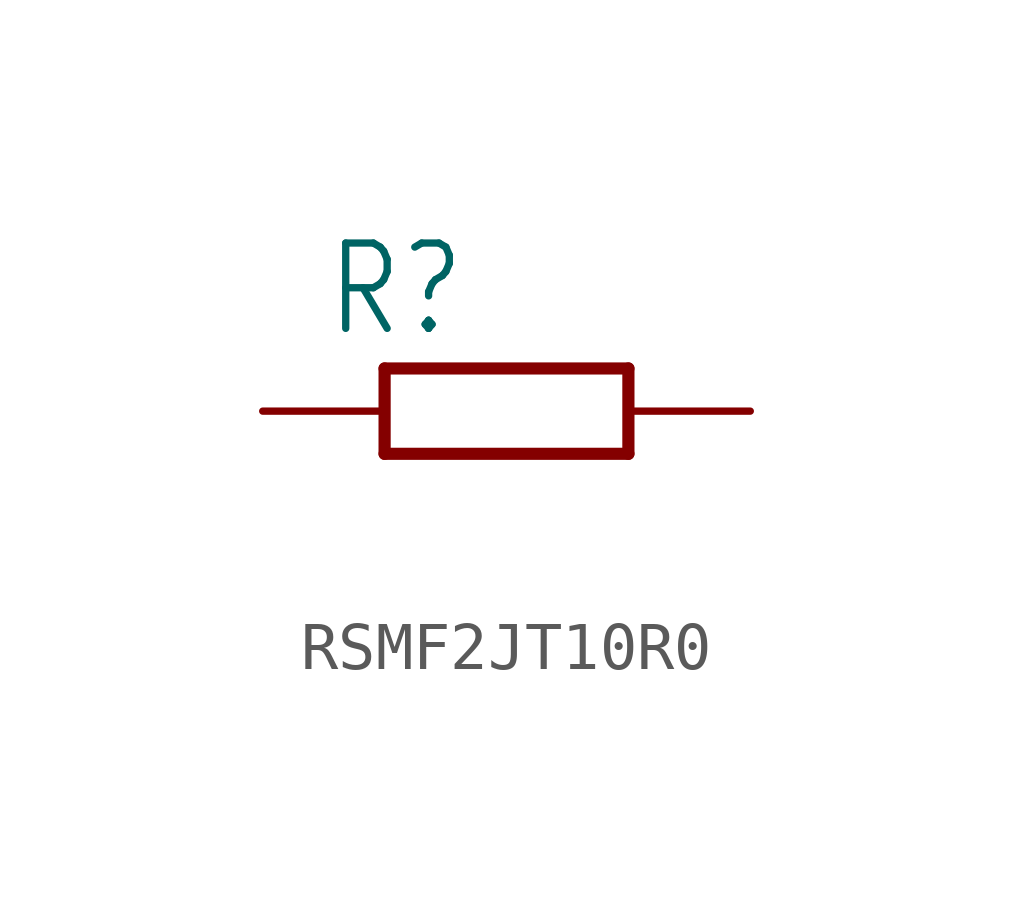
<source format=kicad_sym>
(kicad_symbol_lib
  (version 20220914)
  (generator kicad_symbol_editor)
  (symbol "RSMF2JT10R0"
    (property "Reference" "R"
      (at -3.81 1.499 0)
      (effects (font (size 1.778 1.511)) (justify left bottom)))
    (property "Value" ""
      (at -3.81 -3.302 0)
      (effects (font (size 1.778 1.511)) (justify left bottom)))
    (property "ki_locked" ""
      (at 0 0 0)
      (effects (font (size 1.27 1.27))))
    (symbol "RSMF2JT10R0_1_0"
      (polyline (pts (xy -2.54 -0.889) (xy -2.54 0.889)) (stroke (width 0.254) (type solid)) (fill (type none)))
      (polyline (pts (xy -2.54 -0.889) (xy 2.54 -0.889)) (stroke (width 0.254) (type solid)) (fill (type none)))
      (polyline (pts (xy 2.54 -0.889) (xy 2.54 0.889)) (stroke (width 0.254) (type solid)) (fill (type none)))
      (polyline (pts (xy 2.54 0.889) (xy -2.54 0.889)) (stroke (width 0.254) (type solid)) (fill (type none)))
      (pin passive line (at -5.08 0 0) (length 2.54) (name "1" (effects (font (size 0 0)))) (number "1" (effects (font (size 0 0)))))
      (pin passive line (at 5.08 0 180) (length 2.54) (name "2" (effects (font (size 0 0)))) (number "2" (effects (font (size 0 0))))))))
</source>
